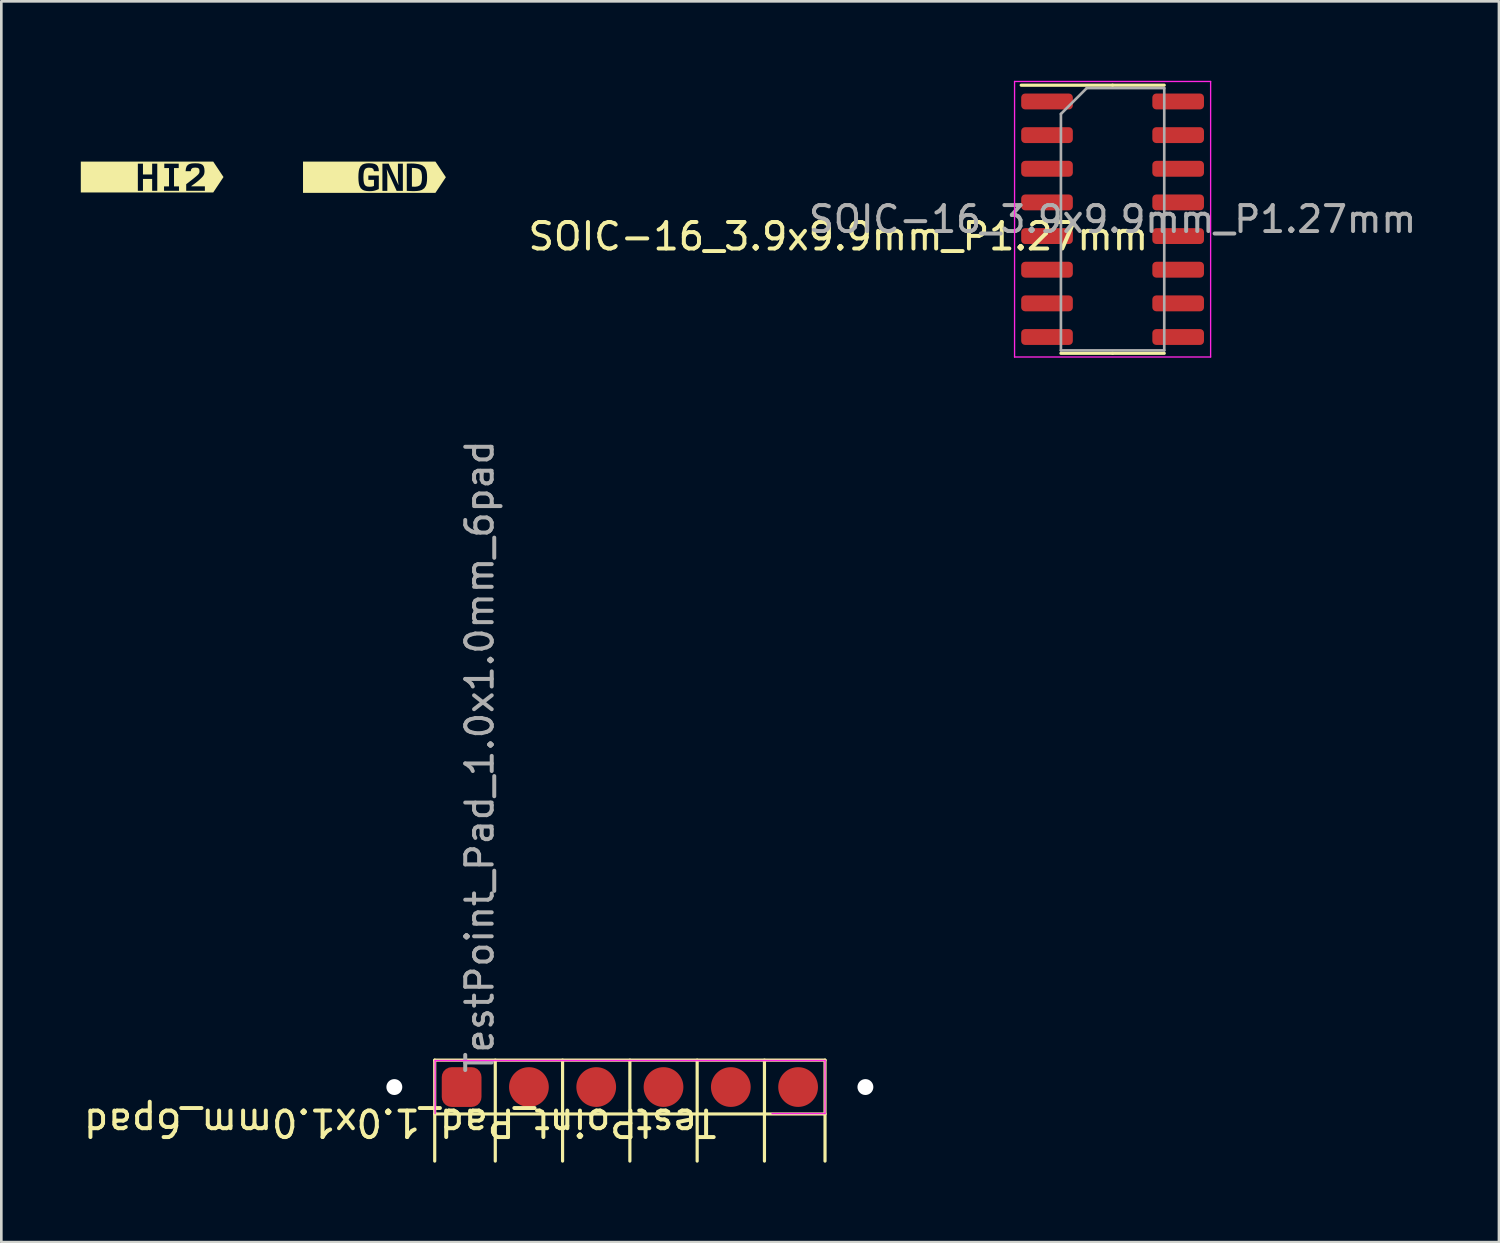
<source format=kicad_pcb>
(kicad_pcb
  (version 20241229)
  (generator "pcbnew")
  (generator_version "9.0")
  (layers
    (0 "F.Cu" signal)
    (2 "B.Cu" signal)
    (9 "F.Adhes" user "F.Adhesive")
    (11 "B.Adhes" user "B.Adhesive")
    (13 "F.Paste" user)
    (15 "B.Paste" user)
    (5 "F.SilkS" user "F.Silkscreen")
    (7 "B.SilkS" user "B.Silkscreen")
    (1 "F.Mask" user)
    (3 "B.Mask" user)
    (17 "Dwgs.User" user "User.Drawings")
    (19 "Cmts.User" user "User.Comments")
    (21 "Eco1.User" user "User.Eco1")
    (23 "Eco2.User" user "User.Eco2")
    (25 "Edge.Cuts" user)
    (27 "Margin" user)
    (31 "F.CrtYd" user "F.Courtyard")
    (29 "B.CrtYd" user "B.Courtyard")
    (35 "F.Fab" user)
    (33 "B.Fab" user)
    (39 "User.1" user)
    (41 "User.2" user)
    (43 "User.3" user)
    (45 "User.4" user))
  (footprint "TestPoint_Pad_1.0x1.0mm_6pad"
    (layer "F.Cu")
    (at 14.374 37.98)
    (property "Reference" "TestPoint_Pad_1.0x1.0mm_6pad" (at -2.32 1.342 180) (unlocked yes) (layer "F.SilkS") (effects (font (size 1 1) (thickness 0.15))))
    (attr smd)
    (fp_line (start -1.016 -1.016) (end 13.716 -1.016) (stroke (width 0.12) (type solid)) (layer "F.SilkS"))
    (fp_line (start -1.016 2.794) (end -1.016 -1.016) (stroke (width 0.12) (type solid)) (layer "F.SilkS"))
    (fp_line (start 1.27 2.794) (end 1.27 -1.016) (stroke (width 0.12) (type solid)) (layer "F.SilkS"))
    (fp_line (start 3.81 2.794) (end 3.81 -1.016) (stroke (width 0.12) (type solid)) (layer "F.SilkS"))
    (fp_line (start 6.35 2.794) (end 6.35 -1.016) (stroke (width 0.12) (type solid)) (layer "F.SilkS"))
    (fp_line (start 8.89 2.794) (end 8.89 -1.016) (stroke (width 0.12) (type solid)) (layer "F.SilkS"))
    (fp_line (start 11.43 2.794) (end 11.43 -1.016) (stroke (width 0.12) (type solid)) (layer "F.SilkS"))
    (fp_line (start 13.716 -1.016) (end 13.716 2.794) (stroke (width 0.12) (type solid)) (layer "F.SilkS"))
    (fp_line (start 13.716 1.016) (end -1.016 1.016) (stroke (width 0.12) (type solid)) (layer "F.SilkS"))
    (fp_line (start -1 -1) (end -1 1) (stroke (width 0.05) (type solid)) (layer "F.CrtYd"))
    (fp_line (start -1 -1) (end 13.716 -1) (stroke (width 0.05) (type solid)) (layer "F.CrtYd"))
    (fp_line (start 13.716 1) (end 11.716 1) (stroke (width 0.05) (type solid)) (layer "F.CrtYd"))
    (fp_line (start 13.716 1) (end 13.716 -1) (stroke (width 0.05) (type solid)) (layer "F.CrtYd"))
    (fp_text user "${REFERENCE}" (at 0.681 -12.476 90) (unlocked yes) (layer "F.Fab") (effects (font (size 1 1) (thickness 0.15))))
    (pad "" np_thru_hole circle (at -2.54 0 180) (size 0.6 0.6) (drill 0.6) (layers "*.Cu" "*.Mask"))
    (pad "" np_thru_hole circle (at 15.24 0 180) (size 0.6 0.6) (drill 0.6) (layers "*.Cu" "*.Mask"))
    (pad "1" smd roundrect (at 0 0 180) (size 1.5 1.5) (layers "F.Cu" "F.Mask") (roundrect_rratio 0.25))
    (pad "2" smd circle (at 2.54 0 180) (size 1.5 1.5) (layers "F.Cu" "F.Mask"))
    (pad "3" smd circle (at 5.08 0 180) (size 1.5 1.5) (layers "F.Cu" "F.Mask"))
    (pad "4" smd circle (at 7.62 0 180) (size 1.5 1.5) (layers "F.Cu" "F.Mask"))
    (pad "5" smd circle (at 10.16 0 180) (size 1.5 1.5) (layers "F.Cu" "F.Mask"))
    (pad "6" smd circle (at 12.7 0 180) (size 1.5 1.5) (layers "F.Cu" "F.Mask")))
  (footprint "kibuzzard-65666C7B"
    (layer "F.Cu")
    (at 2.693 3.632)
    (property "Reference" "kibuzzard-65666C7B" (at 0 -3.631 0) (layer "F.SilkS") (effects (font (size 0.001 0.001) (thickness 0.15))))
    (attr board_only exclude_from_pos_files exclude_from_bom)
    (fp_poly (pts (xy -2.379 -0.583) (xy -2.693 -0.583) (xy -2.693 0.583) (xy -2.379 0.583) (xy 0.193 0.583) (xy 0.193 0.52) (xy -0.000226 0.52) (xy -0.000226 0.072) (xy -0.347 0.072) (xy -0.347 0.52) (xy -0.54 0.52) (xy -0.54 -0.505) (xy -0.347 -0.505) (xy -0.347 -0.098) (xy -0.000226 -0.098) (xy -0.000226 -0.505) (xy 0.193 -0.505) (xy 0.193 0.52) (xy 0.193 0.583) (xy 1.013 0.583) (xy 1.013 0.52) (xy 0.448 0.52) (xy 0.448 0.353) (xy 0.636 0.353) (xy 0.636 -0.338) (xy 0.458 -0.338) (xy 0.458 -0.505) (xy 1.003 -0.505) (xy 1.003 -0.338) (xy 0.825 -0.338) (xy 0.825 0.353) (xy 1.013 0.353) (xy 1.013 0.52) (xy 1.013 0.583) (xy 1.99 0.583) (xy 1.99 0.52) (xy 1.285 0.52) (xy 1.285 0.271) (xy 1.379 0.199) (xy 1.46 0.136) (xy 1.528 0.083) (xy 1.583 0.039) (xy 1.67 -0.034) (xy 1.739 -0.098) (xy 1.778 -0.155) (xy 1.788 -0.225) (xy 1.774 -0.305) (xy 1.725 -0.345) (xy 1.627 -0.357) (xy 1.528 -0.345) (xy 1.476 -0.302) (xy 1.455 -0.219) (xy 1.262 -0.219) (xy 1.275 -0.324) (xy 1.302 -0.402) (xy 1.347 -0.457) (xy 1.412 -0.493) (xy 1.504 -0.514) (xy 1.626 -0.52) (xy 1.748 -0.514) (xy 1.839 -0.494) (xy 1.903 -0.458) (xy 1.945 -0.403) (xy 1.969 -0.326) (xy 1.977 -0.222) (xy 1.971 -0.149) (xy 1.954 -0.09) (xy 1.922 -0.036) (xy 1.868 0.024) (xy 1.788 0.101) (xy 1.706 0.17) (xy 1.644 0.219) (xy 1.569 0.274) (xy 1.479 0.338) (xy 1.479 0.351) (xy 1.99 0.351) (xy 1.99 0.52) (xy 1.99 0.583) (xy 2.305 0.583) (xy 2.693 0) (xy 2.305 -0.583) (xy 1.99 -0.583) (xy -2.379 -0.583)) (stroke (width 0) (type solid)) (fill yes) (layer "F.SilkS")))
  (footprint "kibuzzard-65666C71"
    (layer "F.Cu")
    (at 11.083 3.639)
    (property "Reference" "kibuzzard-65666C71" (at 0 -3.638 0) (layer "F.SilkS") (effects (font (size 0.001 0.001) (thickness 0.15))))
    (attr board_only exclude_from_pos_files exclude_from_bom)
    (fp_poly (pts (xy 1.533 0.36) (xy 1.624 0.347) (xy 1.691 0.32) (xy 1.739 0.277) (xy 1.77 0.213) (xy 1.788 0.123) (xy 1.794 0.004) (xy 1.788 -0.109) (xy 1.771 -0.195) (xy 1.741 -0.257) (xy 1.695 -0.3) (xy 1.63 -0.328) (xy 1.543 -0.345) (xy 1.472 -0.35) (xy 1.414 -0.352) (xy 1.414 0.355) (xy 1.533 0.36)) (stroke (width 0) (type solid)) (fill yes) (layer "F.SilkS"))
    (fp_poly (pts (xy -2.382 -0.59) (xy -2.696 -0.59) (xy -2.696 0.59) (xy -2.382 0.59) (xy -0.18 0.59) (xy -0.18 0.527) (xy -0.284 0.522) (xy -0.369 0.506) (xy -0.438 0.48) (xy -0.516 0.416) (xy -0.567 0.32) (xy -0.589 0.234) (xy -0.601 0.128) (xy -0.606 0.001) (xy -0.602 -0.127) (xy -0.59 -0.234) (xy -0.57 -0.32) (xy -0.521 -0.416) (xy -0.448 -0.48) (xy -0.383 -0.506) (xy -0.303 -0.522) (xy -0.206 -0.527) (xy -0.081 -0.52) (xy 0.013 -0.5) (xy 0.08 -0.464) (xy 0.126 -0.409) (xy 0.155 -0.333) (xy 0.168 -0.228) (xy -0.019 -0.228) (xy -0.042 -0.309) (xy -0.098 -0.349) (xy -0.205 -0.361) (xy -0.278 -0.353) (xy -0.333 -0.328) (xy -0.371 -0.284) (xy -0.397 -0.216) (xy -0.411 -0.122) (xy -0.416 0.005) (xy -0.41 0.13) (xy -0.395 0.222) (xy -0.367 0.287) (xy -0.324 0.33) (xy -0.265 0.353) (xy -0.185 0.361) (xy -0.092 0.354) (xy -0.018 0.331) (xy -0.018 0.1) (xy -0.23 0.1) (xy -0.23 -0.064) (xy 0.165 -0.064) (xy 0.165 0.447) (xy 0.071 0.486) (xy -0.009 0.51) (xy -0.088 0.523) (xy -0.18 0.527) (xy -0.18 0.59) (xy 1.073 0.59) (xy 1.073 0.514) (xy 0.838 0.514) (xy 0.47 -0.29) (xy 0.465 -0.29) (xy 0.486 -0.076) (xy 0.486 0.514) (xy 0.301 0.514) (xy 0.301 -0.512) (xy 0.536 -0.512) (xy 0.904 0.292) (xy 0.908 0.292) (xy 0.887 0.078) (xy 0.887 -0.512) (xy 1.073 -0.512) (xy 1.073 0.514) (xy 1.073 0.59) (xy 1.488 0.59) (xy 1.488 0.526) (xy 1.408 0.524) (xy 1.319 0.52) (xy 1.221 0.514) (xy 1.221 -0.512) (xy 1.313 -0.517) (xy 1.396 -0.518) (xy 1.477 -0.516) (xy 1.549 -0.51) (xy 1.655 -0.495) (xy 1.744 -0.472) (xy 1.816 -0.441) (xy 1.896 -0.375) (xy 1.949 -0.282) (xy 1.971 -0.202) (xy 1.984 -0.103) (xy 1.988 0.014) (xy 1.983 0.137) (xy 1.968 0.24) (xy 1.943 0.323) (xy 1.882 0.416) (xy 1.791 0.479) (xy 1.709 0.505) (xy 1.608 0.52) (xy 1.488 0.526) (xy 1.488 0.59) (xy 1.988 0.59) (xy 2.302 0.59) (xy 2.696 0) (xy 2.302 -0.59) (xy 1.988 -0.59) (xy -2.382 -0.59)) (stroke (width 0) (type solid)) (fill yes) (layer "F.SilkS")))
  (footprint "SOIC-16_3.9x9.9mm_P1.27mm"
    (layer "F.Cu")
    (at 38.944 5.225)
    (property "Reference" "SOIC-16_3.9x9.9mm_P1.27mm" (at -10.35 0.65 180) (layer "F.SilkS") (effects (font (size 1 1) (thickness 0.15))))
    (attr smd)
    (fp_line (start 0 -5.06) (end -3.45 -5.06) (stroke (width 0.12) (type solid)) (layer "F.SilkS"))
    (fp_line (start 0 -5.06) (end 1.95 -5.06) (stroke (width 0.12) (type solid)) (layer "F.SilkS"))
    (fp_line (start 0 5.06) (end -1.95 5.06) (stroke (width 0.12) (type solid)) (layer "F.SilkS"))
    (fp_line (start 0 5.06) (end 1.95 5.06) (stroke (width 0.12) (type solid)) (layer "F.SilkS"))
    (fp_line (start -3.7 -5.2) (end -3.7 5.2) (stroke (width 0.05) (type solid)) (layer "F.CrtYd"))
    (fp_line (start -3.7 5.2) (end 3.7 5.2) (stroke (width 0.05) (type solid)) (layer "F.CrtYd"))
    (fp_line (start 3.7 -5.2) (end -3.7 -5.2) (stroke (width 0.05) (type solid)) (layer "F.CrtYd"))
    (fp_line (start 3.7 5.2) (end 3.7 -5.2) (stroke (width 0.05) (type solid)) (layer "F.CrtYd"))
    (fp_line (start -1.95 -3.975) (end -0.975 -4.95) (stroke (width 0.1) (type solid)) (layer "F.Fab"))
    (fp_line (start -1.95 4.95) (end -1.95 -3.975) (stroke (width 0.1) (type solid)) (layer "F.Fab"))
    (fp_line (start -0.975 -4.95) (end 1.95 -4.95) (stroke (width 0.1) (type solid)) (layer "F.Fab"))
    (fp_line (start 1.95 -4.95) (end 1.95 4.95) (stroke (width 0.1) (type solid)) (layer "F.Fab"))
    (fp_line (start 1.95 4.95) (end -1.95 4.95) (stroke (width 0.1) (type solid)) (layer "F.Fab"))
    (fp_text user "${REFERENCE}" (at 0 0 180) (layer "F.Fab") (effects (font (size 0.98 0.98) (thickness 0.15))))
    (pad "1" smd roundrect (at -2.475 -4.445) (size 1.95 0.6) (layers "F.Cu" "F.Mask" "F.Paste") (roundrect_rratio 0.25))
    (pad "2" smd roundrect (at -2.475 -3.175) (size 1.95 0.6) (layers "F.Cu" "F.Mask" "F.Paste") (roundrect_rratio 0.25))
    (pad "3" smd roundrect (at -2.475 -1.905) (size 1.95 0.6) (layers "F.Cu" "F.Mask" "F.Paste") (roundrect_rratio 0.25))
    (pad "4" smd roundrect (at -2.475 -0.635) (size 1.95 0.6) (layers "F.Cu" "F.Mask" "F.Paste") (roundrect_rratio 0.25))
    (pad "5" smd roundrect (at -2.475 0.635) (size 1.95 0.6) (layers "F.Cu" "F.Mask" "F.Paste") (roundrect_rratio 0.25))
    (pad "6" smd roundrect (at -2.475 1.905) (size 1.95 0.6) (layers "F.Cu" "F.Mask" "F.Paste") (roundrect_rratio 0.25))
    (pad "7" smd roundrect (at -2.475 3.175) (size 1.95 0.6) (layers "F.Cu" "F.Mask" "F.Paste") (roundrect_rratio 0.25))
    (pad "8" smd roundrect (at -2.475 4.445) (size 1.95 0.6) (layers "F.Cu" "F.Mask" "F.Paste") (roundrect_rratio 0.25))
    (pad "9" smd roundrect (at 2.475 4.445) (size 1.95 0.6) (layers "F.Cu" "F.Mask" "F.Paste") (roundrect_rratio 0.25))
    (pad "10" smd roundrect (at 2.475 3.175) (size 1.95 0.6) (layers "F.Cu" "F.Mask" "F.Paste") (roundrect_rratio 0.25))
    (pad "11" smd roundrect (at 2.475 1.905) (size 1.95 0.6) (layers "F.Cu" "F.Mask" "F.Paste") (roundrect_rratio 0.25))
    (pad "12" smd roundrect (at 2.475 0.635) (size 1.95 0.6) (layers "F.Cu" "F.Mask" "F.Paste") (roundrect_rratio 0.25))
    (pad "13" smd roundrect (at 2.475 -0.635) (size 1.95 0.6) (layers "F.Cu" "F.Mask" "F.Paste") (roundrect_rratio 0.25))
    (pad "14" smd roundrect (at 2.475 -1.905) (size 1.95 0.6) (layers "F.Cu" "F.Mask" "F.Paste") (roundrect_rratio 0.25))
    (pad "15" smd roundrect (at 2.475 -3.175) (size 1.95 0.6) (layers "F.Cu" "F.Mask" "F.Paste") (roundrect_rratio 0.25))
    (pad "16" smd roundrect (at 2.475 -4.445) (size 1.95 0.6) (layers "F.Cu" "F.Mask" "F.Paste") (roundrect_rratio 0.25)))
  (gr_rect
    (start -3 -3)
    (end 53.527 43.834)
    (stroke (width 0.1) (type default))
    (fill no)
    (layer "Edge.Cuts")))
</source>
